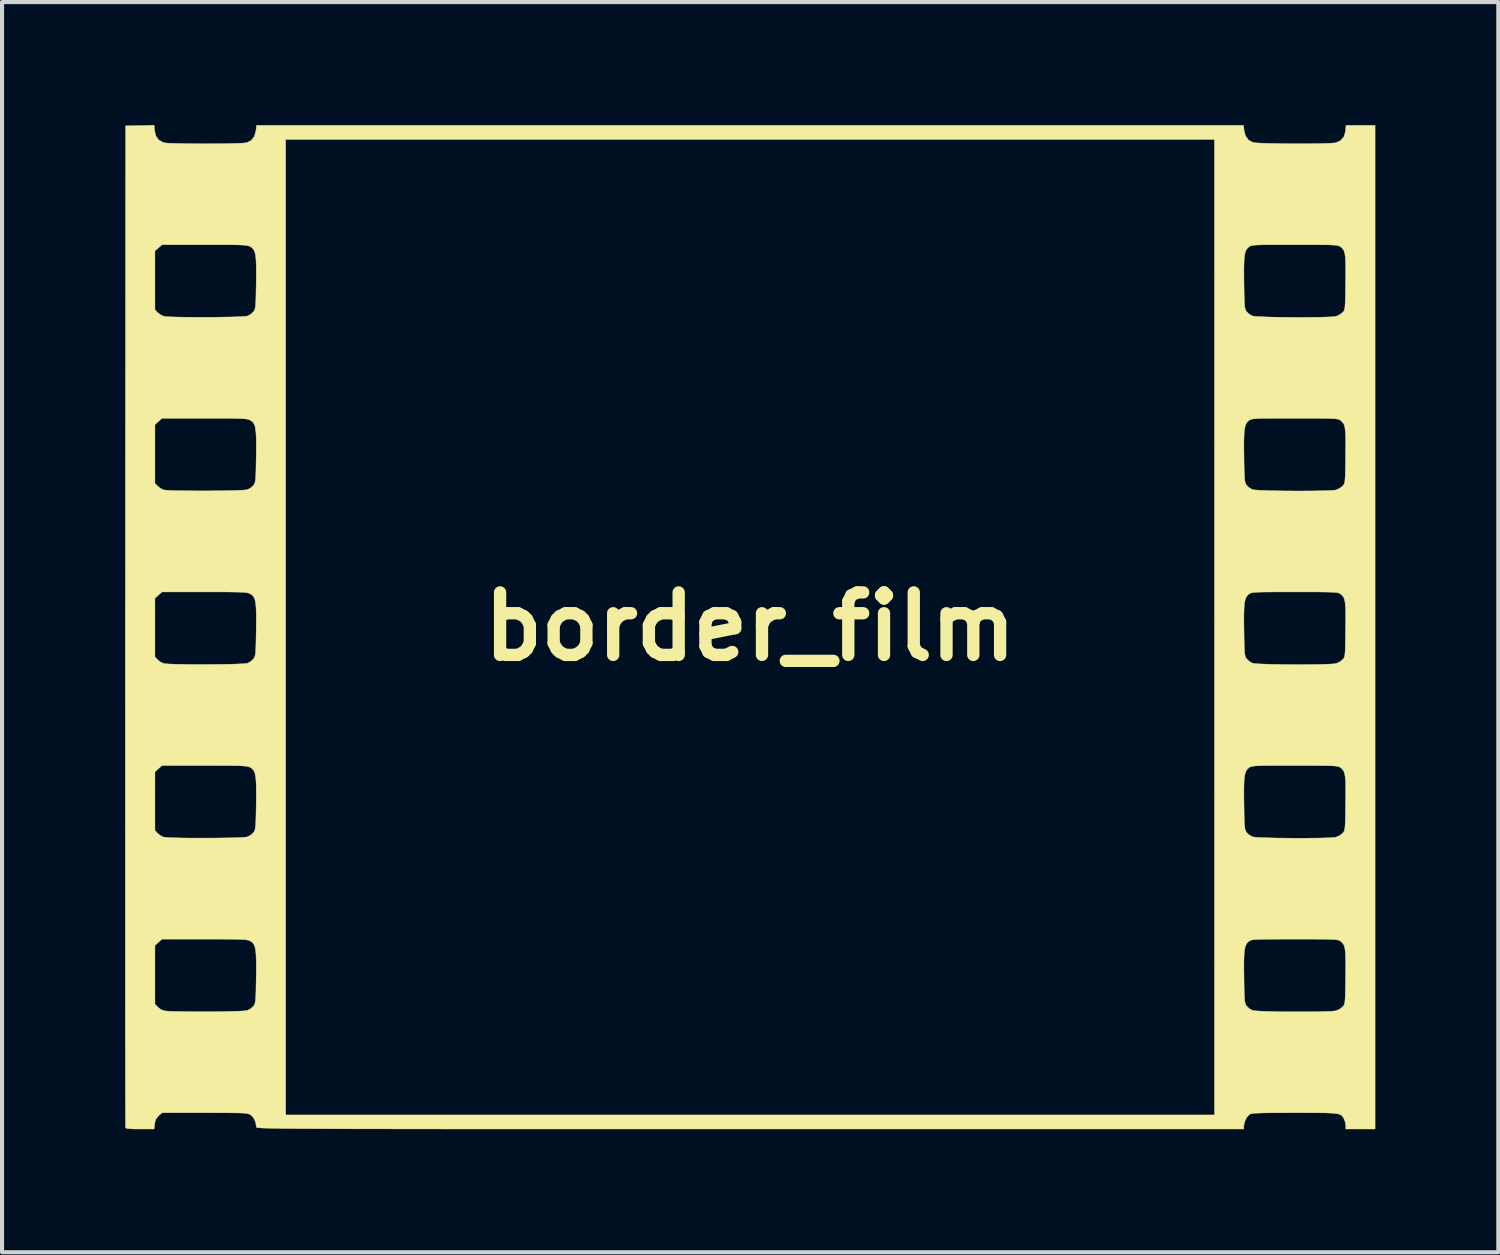
<source format=kicad_pcb>
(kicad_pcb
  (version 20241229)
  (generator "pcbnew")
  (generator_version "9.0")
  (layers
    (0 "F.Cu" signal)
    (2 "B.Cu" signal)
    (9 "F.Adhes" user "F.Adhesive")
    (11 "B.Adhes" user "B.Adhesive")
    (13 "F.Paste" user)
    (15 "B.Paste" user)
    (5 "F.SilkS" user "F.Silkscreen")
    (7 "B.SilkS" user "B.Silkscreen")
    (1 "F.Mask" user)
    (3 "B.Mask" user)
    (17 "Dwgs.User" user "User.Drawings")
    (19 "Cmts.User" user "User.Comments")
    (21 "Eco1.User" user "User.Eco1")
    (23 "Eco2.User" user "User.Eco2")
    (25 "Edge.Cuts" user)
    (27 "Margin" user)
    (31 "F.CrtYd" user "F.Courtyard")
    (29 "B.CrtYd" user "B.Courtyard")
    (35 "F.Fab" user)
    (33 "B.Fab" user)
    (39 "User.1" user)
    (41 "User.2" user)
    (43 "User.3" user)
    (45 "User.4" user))
  (footprint "border_film"
    (layer "F.Cu")
    (at 15.24 12.23)
    (property "Reference" "border_film" (at 0 0 0) (layer "F.SilkS") (effects (font (size 1.524 1.524) (thickness 0.3))))
    (attr through_hole)
    (fp_poly (pts (xy -14.52 -12.091) (xy -14.487 -11.96) (xy -14.417 -11.865) (xy -14.309 -11.806) (xy -14.289 -11.801) (xy -14.236 -11.793) (xy -14.138 -11.787) (xy -14.002 -11.782) (xy -13.837 -11.779) (xy -13.65 -11.776) (xy -13.448 -11.775) (xy -13.241 -11.774) (xy -13.035 -11.775) (xy -12.838 -11.777) (xy -12.658 -11.781) (xy -12.503 -11.785) (xy -12.381 -11.79) (xy -12.298 -11.797) (xy -12.271 -11.801) (xy -12.163 -11.856) (xy -12.145 -11.88) (xy -11.324 -11.88) (xy -11.324 11.906) (xy 11.324 11.906) (xy 11.324 8.31) (xy 12.041 8.31) (xy 12.043 8.534) (xy 12.043 8.551) (xy 12.046 8.75) (xy 12.049 8.903) (xy 12.054 9.018) (xy 12.059 9.101) (xy 12.067 9.159) (xy 12.078 9.199) (xy 12.092 9.229) (xy 12.107 9.252) (xy 12.172 9.314) (xy 12.252 9.358) (xy 12.253 9.358) (xy 12.303 9.366) (xy 12.398 9.373) (xy 12.531 9.379) (xy 12.694 9.384) (xy 12.879 9.388) (xy 13.08 9.391) (xy 13.287 9.392) (xy 13.493 9.392) (xy 13.692 9.391) (xy 13.875 9.388) (xy 14.034 9.384) (xy 14.162 9.379) (xy 14.252 9.372) (xy 14.289 9.366) (xy 14.374 9.328) (xy 14.446 9.273) (xy 14.448 9.272) (xy 14.468 9.249) (xy 14.483 9.226) (xy 14.495 9.194) (xy 14.503 9.147) (xy 14.509 9.079) (xy 14.513 8.982) (xy 14.516 8.85) (xy 14.519 8.676) (xy 14.52 8.539) (xy 14.522 8.316) (xy 14.522 8.14) (xy 14.519 8.003) (xy 14.511 7.899) (xy 14.499 7.823) (xy 14.481 7.767) (xy 14.455 7.725) (xy 14.422 7.691) (xy 14.399 7.672) (xy 14.381 7.659) (xy 14.358 7.648) (xy 14.325 7.64) (xy 14.278 7.633) (xy 14.211 7.628) (xy 14.119 7.625) (xy 13.996 7.622) (xy 13.839 7.621) (xy 13.641 7.62) (xy 13.397 7.62) (xy 13.282 7.62) (xy 13.018 7.62) (xy 12.802 7.621) (xy 12.629 7.622) (xy 12.493 7.623) (xy 12.389 7.626) (xy 12.313 7.631) (xy 12.258 7.636) (xy 12.22 7.644) (xy 12.193 7.654) (xy 12.173 7.666) (xy 12.162 7.674) (xy 12.124 7.709) (xy 12.095 7.752) (xy 12.073 7.81) (xy 12.057 7.888) (xy 12.047 7.993) (xy 12.042 8.131) (xy 12.041 8.31) (xy 11.324 8.31) (xy 11.324 4.076) (xy 12.041 4.076) (xy 12.043 4.301) (xy 12.043 4.317) (xy 12.046 4.517) (xy 12.049 4.67) (xy 12.054 4.784) (xy 12.059 4.867) (xy 12.067 4.925) (xy 12.078 4.966) (xy 12.092 4.996) (xy 12.107 5.019) (xy 12.172 5.08) (xy 12.252 5.125) (xy 12.253 5.125) (xy 12.303 5.133) (xy 12.398 5.14) (xy 12.531 5.146) (xy 12.694 5.151) (xy 12.879 5.155) (xy 13.08 5.157) (xy 13.287 5.159) (xy 13.493 5.159) (xy 13.692 5.157) (xy 13.875 5.155) (xy 14.034 5.151) (xy 14.162 5.146) (xy 14.252 5.139) (xy 14.289 5.133) (xy 14.374 5.095) (xy 14.446 5.04) (xy 14.448 5.038) (xy 14.468 5.016) (xy 14.483 4.993) (xy 14.495 4.961) (xy 14.503 4.914) (xy 14.509 4.845) (xy 14.513 4.749) (xy 14.516 4.617) (xy 14.519 4.443) (xy 14.52 4.306) (xy 14.522 4.083) (xy 14.522 3.906) (xy 14.519 3.769) (xy 14.511 3.666) (xy 14.499 3.59) (xy 14.481 3.534) (xy 14.455 3.492) (xy 14.422 3.458) (xy 14.399 3.439) (xy 14.381 3.426) (xy 14.358 3.415) (xy 14.325 3.406) (xy 14.278 3.4) (xy 14.211 3.395) (xy 14.119 3.391) (xy 13.996 3.389) (xy 13.839 3.388) (xy 13.641 3.387) (xy 13.397 3.387) (xy 13.282 3.387) (xy 13.018 3.387) (xy 12.802 3.387) (xy 12.629 3.388) (xy 12.493 3.39) (xy 12.389 3.393) (xy 12.313 3.397) (xy 12.258 3.403) (xy 12.22 3.411) (xy 12.193 3.421) (xy 12.173 3.433) (xy 12.162 3.441) (xy 12.124 3.476) (xy 12.095 3.519) (xy 12.073 3.576) (xy 12.057 3.654) (xy 12.047 3.76) (xy 12.042 3.898) (xy 12.041 4.076) (xy 11.324 4.076) (xy 11.324 -0.157) (xy 12.041 -0.157) (xy 12.043 0.067) (xy 12.043 0.084) (xy 12.046 0.283) (xy 12.049 0.437) (xy 12.054 0.551) (xy 12.059 0.634) (xy 12.067 0.692) (xy 12.078 0.733) (xy 12.092 0.763) (xy 12.107 0.785) (xy 12.172 0.847) (xy 12.252 0.891) (xy 12.253 0.891) (xy 12.303 0.9) (xy 12.398 0.907) (xy 12.531 0.913) (xy 12.694 0.918) (xy 12.879 0.921) (xy 13.08 0.924) (xy 13.287 0.925) (xy 13.493 0.925) (xy 13.692 0.924) (xy 13.875 0.921) (xy 14.034 0.917) (xy 14.162 0.912) (xy 14.252 0.905) (xy 14.289 0.899) (xy 14.374 0.862) (xy 14.446 0.807) (xy 14.448 0.805) (xy 14.468 0.783) (xy 14.483 0.759) (xy 14.495 0.727) (xy 14.503 0.681) (xy 14.509 0.612) (xy 14.513 0.515) (xy 14.516 0.383) (xy 14.519 0.209) (xy 14.52 0.073) (xy 14.522 -0.15) (xy 14.522 -0.327) (xy 14.519 -0.464) (xy 14.511 -0.567) (xy 14.499 -0.644) (xy 14.481 -0.699) (xy 14.455 -0.741) (xy 14.422 -0.776) (xy 14.399 -0.795) (xy 14.381 -0.808) (xy 14.358 -0.818) (xy 14.325 -0.827) (xy 14.278 -0.834) (xy 14.211 -0.838) (xy 14.119 -0.842) (xy 13.996 -0.844) (xy 13.839 -0.846) (xy 13.641 -0.846) (xy 13.397 -0.847) (xy 13.282 -0.847) (xy 13.018 -0.847) (xy 12.802 -0.846) (xy 12.629 -0.845) (xy 12.493 -0.843) (xy 12.389 -0.84) (xy 12.313 -0.836) (xy 12.258 -0.83) (xy 12.22 -0.823) (xy 12.193 -0.813) (xy 12.173 -0.801) (xy 12.162 -0.792) (xy 12.124 -0.757) (xy 12.095 -0.714) (xy 12.073 -0.657) (xy 12.057 -0.579) (xy 12.047 -0.474) (xy 12.042 -0.335) (xy 12.041 -0.157) (xy 11.324 -0.157) (xy 11.324 -4.39) (xy 12.041 -4.39) (xy 12.043 -4.166) (xy 12.043 -4.149) (xy 12.046 -3.95) (xy 12.049 -3.797) (xy 12.054 -3.682) (xy 12.059 -3.599) (xy 12.067 -3.541) (xy 12.078 -3.501) (xy 12.092 -3.471) (xy 12.107 -3.448) (xy 12.172 -3.386) (xy 12.252 -3.342) (xy 12.253 -3.342) (xy 12.303 -3.334) (xy 12.398 -3.327) (xy 12.531 -3.321) (xy 12.694 -3.316) (xy 12.879 -3.312) (xy 13.08 -3.309) (xy 13.287 -3.308) (xy 13.493 -3.308) (xy 13.692 -3.309) (xy 13.875 -3.312) (xy 14.034 -3.316) (xy 14.162 -3.321) (xy 14.252 -3.328) (xy 14.289 -3.334) (xy 14.374 -3.372) (xy 14.446 -3.427) (xy 14.448 -3.428) (xy 14.468 -3.451) (xy 14.483 -3.474) (xy 14.495 -3.506) (xy 14.503 -3.553) (xy 14.509 -3.621) (xy 14.513 -3.718) (xy 14.516 -3.85) (xy 14.519 -4.024) (xy 14.52 -4.161) (xy 14.522 -4.384) (xy 14.522 -4.56) (xy 14.519 -4.697) (xy 14.511 -4.801) (xy 14.499 -4.877) (xy 14.481 -4.933) (xy 14.455 -4.975) (xy 14.422 -5.009) (xy 14.399 -5.028) (xy 14.381 -5.041) (xy 14.358 -5.052) (xy 14.325 -5.06) (xy 14.278 -5.067) (xy 14.211 -5.072) (xy 14.119 -5.075) (xy 13.996 -5.078) (xy 13.839 -5.079) (xy 13.641 -5.08) (xy 13.397 -5.08) (xy 13.282 -5.08) (xy 13.018 -5.08) (xy 12.802 -5.079) (xy 12.629 -5.078) (xy 12.493 -5.077) (xy 12.389 -5.074) (xy 12.313 -5.069) (xy 12.258 -5.064) (xy 12.22 -5.056) (xy 12.193 -5.046) (xy 12.173 -5.034) (xy 12.162 -5.026) (xy 12.124 -4.991) (xy 12.095 -4.948) (xy 12.073 -4.89) (xy 12.057 -4.812) (xy 12.047 -4.707) (xy 12.042 -4.569) (xy 12.041 -4.39) (xy 11.324 -4.39) (xy 11.324 -8.624) (xy 12.041 -8.624) (xy 12.043 -8.399) (xy 12.043 -8.383) (xy 12.046 -8.183) (xy 12.049 -8.03) (xy 12.054 -7.916) (xy 12.059 -7.833) (xy 12.067 -7.775) (xy 12.078 -7.734) (xy 12.092 -7.704) (xy 12.107 -7.681) (xy 12.172 -7.62) (xy 12.252 -7.575) (xy 12.253 -7.575) (xy 12.303 -7.567) (xy 12.398 -7.56) (xy 12.531 -7.554) (xy 12.694 -7.549) (xy 12.879 -7.545) (xy 13.08 -7.543) (xy 13.287 -7.541) (xy 13.493 -7.541) (xy 13.692 -7.543) (xy 13.875 -7.545) (xy 14.034 -7.549) (xy 14.162 -7.554) (xy 14.252 -7.561) (xy 14.289 -7.567) (xy 14.374 -7.605) (xy 14.446 -7.66) (xy 14.448 -7.662) (xy 14.468 -7.684) (xy 14.483 -7.707) (xy 14.495 -7.739) (xy 14.503 -7.786) (xy 14.509 -7.855) (xy 14.513 -7.951) (xy 14.516 -8.083) (xy 14.519 -8.257) (xy 14.52 -8.394) (xy 14.522 -8.617) (xy 14.522 -8.794) (xy 14.519 -8.931) (xy 14.511 -9.034) (xy 14.499 -9.11) (xy 14.481 -9.166) (xy 14.455 -9.208) (xy 14.422 -9.242) (xy 14.399 -9.261) (xy 14.381 -9.274) (xy 14.358 -9.285) (xy 14.325 -9.294) (xy 14.278 -9.3) (xy 14.211 -9.305) (xy 14.119 -9.309) (xy 13.996 -9.311) (xy 13.839 -9.312) (xy 13.641 -9.313) (xy 13.397 -9.313) (xy 13.282 -9.313) (xy 13.018 -9.313) (xy 12.802 -9.313) (xy 12.629 -9.312) (xy 12.493 -9.31) (xy 12.389 -9.307) (xy 12.313 -9.303) (xy 12.258 -9.297) (xy 12.22 -9.289) (xy 12.193 -9.279) (xy 12.173 -9.267) (xy 12.162 -9.259) (xy 12.124 -9.224) (xy 12.095 -9.181) (xy 12.073 -9.124) (xy 12.057 -9.046) (xy 12.047 -8.94) (xy 12.042 -8.802) (xy 12.041 -8.624) (xy 11.324 -8.624) (xy 11.324 -11.88) (xy -11.324 -11.88) (xy -12.145 -11.88) (xy -12.09 -11.951) (xy -12.05 -12.085) (xy -12.049 -12.094) (xy -12.032 -12.224) (xy 12.032 -12.224) (xy 12.045 -12.102) (xy 12.081 -11.966) (xy 12.154 -11.866) (xy 12.253 -11.809) (xy 12.303 -11.8) (xy 12.398 -11.793) (xy 12.531 -11.787) (xy 12.694 -11.782) (xy 12.879 -11.779) (xy 13.08 -11.776) (xy 13.287 -11.775) (xy 13.493 -11.775) (xy 13.692 -11.776) (xy 13.875 -11.779) (xy 14.034 -11.783) (xy 14.162 -11.788) (xy 14.252 -11.795) (xy 14.289 -11.801) (xy 14.404 -11.855) (xy 14.479 -11.944) (xy 14.517 -12.07) (xy 14.52 -12.091) (xy 14.532 -12.224) (xy 15.24 -12.224) (xy 15.24 12.25) (xy 14.526 12.25) (xy 14.526 12.17) (xy 14.513 12.086) (xy 14.486 12.012) (xy 14.466 11.974) (xy 14.446 11.942) (xy 14.42 11.916) (xy 14.385 11.896) (xy 14.335 11.881) (xy 14.264 11.87) (xy 14.168 11.862) (xy 14.042 11.857) (xy 13.881 11.855) (xy 13.68 11.854) (xy 13.434 11.853) (xy 13.282 11.853) (xy 13.016 11.854) (xy 12.797 11.854) (xy 12.621 11.856) (xy 12.483 11.858) (xy 12.378 11.862) (xy 12.3 11.866) (xy 12.245 11.873) (xy 12.208 11.881) (xy 12.183 11.891) (xy 12.174 11.896) (xy 12.111 11.965) (xy 12.063 12.063) (xy 12.039 12.166) (xy 12.039 12.183) (xy 12.039 12.25) (xy 0 12.25) (xy -0.953 12.25) (xy -1.854 12.25) (xy -2.705 12.25) (xy -3.507 12.25) (xy -4.262 12.25) (xy -4.972 12.25) (xy -5.637 12.25) (xy -6.259 12.249) (xy -6.84 12.249) (xy -7.38 12.249) (xy -7.882 12.248) (xy -8.347 12.248) (xy -8.776 12.247) (xy -9.17 12.247) (xy -9.532 12.246) (xy -9.862 12.245) (xy -10.161 12.244) (xy -10.433 12.243) (xy -10.677 12.242) (xy -10.895 12.241) (xy -11.089 12.239) (xy -11.259 12.238) (xy -11.409 12.236) (xy -11.538 12.234) (xy -11.648 12.232) (xy -11.741 12.23) (xy -11.819 12.228) (xy -11.882 12.226) (xy -11.932 12.223) (xy -11.97 12.221) (xy -11.998 12.218) (xy -12.018 12.215) (xy -12.03 12.211) (xy -12.037 12.208) (xy -12.039 12.204) (xy -12.039 12.204) (xy -12.057 12.083) (xy -12.106 11.977) (xy -12.178 11.905) (xy -12.179 11.905) (xy -12.203 11.892) (xy -12.231 11.881) (xy -12.268 11.873) (xy -12.321 11.866) (xy -12.393 11.861) (xy -12.491 11.858) (xy -12.619 11.856) (xy -12.783 11.854) (xy -12.989 11.854) (xy -13.241 11.853) (xy -13.302 11.853) (xy -14.34 11.853) (xy -14.422 11.927) (xy -14.481 11.996) (xy -14.511 12.079) (xy -14.518 12.125) (xy -14.533 12.25) (xy -14.874 12.25) (xy -15.028 12.249) (xy -15.134 12.243) (xy -15.198 12.234) (xy -15.226 12.22) (xy -15.228 12.217) (xy -15.229 12.189) (xy -15.229 12.109) (xy -15.23 11.98) (xy -15.231 11.803) (xy -15.231 11.579) (xy -15.232 11.311) (xy -15.233 11) (xy -15.233 10.648) (xy -15.233 10.255) (xy -15.234 9.825) (xy -15.234 9.359) (xy -15.235 8.858) (xy -15.235 8.324) (xy -15.235 7.774) (xy -14.512 7.774) (xy -14.512 9.203) (xy -14.448 9.272) (xy -14.379 9.327) (xy -14.303 9.364) (xy -14.302 9.364) (xy -14.25 9.372) (xy -14.153 9.378) (xy -14.018 9.383) (xy -13.854 9.386) (xy -13.668 9.388) (xy -13.468 9.389) (xy -13.26 9.389) (xy -13.054 9.388) (xy -12.855 9.386) (xy -12.673 9.382) (xy -12.513 9.378) (xy -12.385 9.372) (xy -12.295 9.365) (xy -12.253 9.358) (xy -12.173 9.314) (xy -12.108 9.253) (xy -12.107 9.252) (xy -12.089 9.225) (xy -12.076 9.194) (xy -12.066 9.151) (xy -12.058 9.089) (xy -12.053 9.001) (xy -12.049 8.88) (xy -12.046 8.718) (xy -12.043 8.56) (xy -12.041 8.329) (xy -12.042 8.146) (xy -12.047 8.002) (xy -12.057 7.893) (xy -12.073 7.813) (xy -12.096 7.755) (xy -12.126 7.712) (xy -12.166 7.68) (xy -12.179 7.672) (xy -12.203 7.659) (xy -12.231 7.648) (xy -12.268 7.64) (xy -12.32 7.633) (xy -12.392 7.628) (xy -12.489 7.625) (xy -12.617 7.622) (xy -12.781 7.621) (xy -12.986 7.62) (xy -13.237 7.62) (xy -13.302 7.62) (xy -14.34 7.62) (xy -14.426 7.697) (xy -14.512 7.774) (xy -15.235 7.774) (xy -15.235 7.758) (xy -15.235 7.163) (xy -15.235 6.539) (xy -15.235 5.889) (xy -15.235 5.215) (xy -15.235 4.517) (xy -15.235 3.798) (xy -15.235 3.541) (xy -14.512 3.541) (xy -14.512 4.97) (xy -14.448 5.039) (xy -14.379 5.094) (xy -14.303 5.131) (xy -14.302 5.131) (xy -14.25 5.138) (xy -14.153 5.145) (xy -14.018 5.149) (xy -13.854 5.153) (xy -13.668 5.155) (xy -13.468 5.156) (xy -13.26 5.156) (xy -13.054 5.155) (xy -12.855 5.152) (xy -12.673 5.149) (xy -12.513 5.144) (xy -12.385 5.139) (xy -12.295 5.132) (xy -12.253 5.125) (xy -12.173 5.081) (xy -12.108 5.019) (xy -12.107 5.019) (xy -12.089 4.992) (xy -12.076 4.96) (xy -12.066 4.917) (xy -12.058 4.855) (xy -12.053 4.767) (xy -12.049 4.646) (xy -12.046 4.485) (xy -12.043 4.327) (xy -12.041 4.096) (xy -12.042 3.912) (xy -12.047 3.769) (xy -12.057 3.66) (xy -12.073 3.58) (xy -12.096 3.521) (xy -12.126 3.479) (xy -12.166 3.447) (xy -12.179 3.438) (xy -12.203 3.425) (xy -12.231 3.415) (xy -12.268 3.406) (xy -12.32 3.4) (xy -12.392 3.395) (xy -12.489 3.391) (xy -12.617 3.389) (xy -12.781 3.388) (xy -12.986 3.387) (xy -13.237 3.387) (xy -13.302 3.387) (xy -14.34 3.387) (xy -14.426 3.464) (xy -14.512 3.541) (xy -15.235 3.541) (xy -15.235 3.059) (xy -15.235 2.302) (xy -15.234 1.528) (xy -15.234 0.74) (xy -15.234 -0.013) (xy -15.233 -0.692) (xy -14.512 -0.692) (xy -14.512 0.737) (xy -14.448 0.805) (xy -14.379 0.861) (xy -14.303 0.898) (xy -14.302 0.898) (xy -14.25 0.905) (xy -14.153 0.911) (xy -14.018 0.916) (xy -13.854 0.919) (xy -13.668 0.922) (xy -13.468 0.923) (xy -13.26 0.923) (xy -13.054 0.921) (xy -12.855 0.919) (xy -12.673 0.916) (xy -12.513 0.911) (xy -12.385 0.905) (xy -12.295 0.898) (xy -12.253 0.891) (xy -12.173 0.848) (xy -12.108 0.786) (xy -12.107 0.785) (xy -12.089 0.758) (xy -12.076 0.727) (xy -12.066 0.684) (xy -12.058 0.622) (xy -12.053 0.534) (xy -12.049 0.413) (xy -12.046 0.252) (xy -12.043 0.093) (xy -12.041 -0.137) (xy -12.042 -0.321) (xy -12.047 -0.464) (xy -12.057 -0.573) (xy -12.073 -0.654) (xy -12.096 -0.712) (xy -12.126 -0.754) (xy -12.166 -0.786) (xy -12.179 -0.795) (xy -12.203 -0.808) (xy -12.231 -0.819) (xy -12.268 -0.827) (xy -12.32 -0.834) (xy -12.392 -0.839) (xy -12.489 -0.842) (xy -12.617 -0.844) (xy -12.781 -0.846) (xy -12.986 -0.846) (xy -13.237 -0.847) (xy -13.302 -0.847) (xy -14.34 -0.847) (xy -14.426 -0.769) (xy -14.512 -0.692) (xy -15.233 -0.692) (xy -15.231 -4.926) (xy -14.512 -4.926) (xy -14.512 -3.497) (xy -14.448 -3.428) (xy -14.379 -3.373) (xy -14.303 -3.336) (xy -14.302 -3.336) (xy -14.25 -3.328) (xy -14.153 -3.322) (xy -14.018 -3.317) (xy -13.854 -3.314) (xy -13.668 -3.312) (xy -13.468 -3.311) (xy -13.26 -3.311) (xy -13.054 -3.312) (xy -12.855 -3.314) (xy -12.673 -3.318) (xy -12.513 -3.322) (xy -12.385 -3.328) (xy -12.295 -3.335) (xy -12.253 -3.342) (xy -12.173 -3.386) (xy -12.108 -3.447) (xy -12.107 -3.448) (xy -12.089 -3.475) (xy -12.076 -3.506) (xy -12.066 -3.549) (xy -12.058 -3.611) (xy -12.053 -3.699) (xy -12.049 -3.82) (xy -12.046 -3.982) (xy -12.043 -4.14) (xy -12.041 -4.371) (xy -12.042 -4.554) (xy -12.047 -4.698) (xy -12.057 -4.807) (xy -12.073 -4.887) (xy -12.096 -4.945) (xy -12.126 -4.988) (xy -12.166 -5.02) (xy -12.179 -5.028) (xy -12.203 -5.041) (xy -12.231 -5.052) (xy -12.268 -5.06) (xy -12.32 -5.067) (xy -12.392 -5.072) (xy -12.489 -5.075) (xy -12.617 -5.078) (xy -12.781 -5.079) (xy -12.986 -5.08) (xy -13.237 -5.08) (xy -13.302 -5.08) (xy -14.34 -5.08) (xy -14.426 -5.003) (xy -14.512 -4.926) (xy -15.231 -4.926) (xy -15.228 -9.159) (xy -14.512 -9.159) (xy -14.512 -7.73) (xy -14.448 -7.661) (xy -14.379 -7.606) (xy -14.303 -7.569) (xy -14.302 -7.569) (xy -14.25 -7.562) (xy -14.153 -7.555) (xy -14.018 -7.551) (xy -13.854 -7.547) (xy -13.668 -7.545) (xy -13.468 -7.544) (xy -13.26 -7.544) (xy -13.054 -7.545) (xy -12.855 -7.548) (xy -12.673 -7.551) (xy -12.513 -7.556) (xy -12.385 -7.561) (xy -12.295 -7.568) (xy -12.253 -7.575) (xy -12.173 -7.619) (xy -12.108 -7.681) (xy -12.107 -7.681) (xy -12.089 -7.708) (xy -12.076 -7.74) (xy -12.066 -7.783) (xy -12.058 -7.845) (xy -12.053 -7.933) (xy -12.049 -8.054) (xy -12.046 -8.215) (xy -12.043 -8.373) (xy -12.041 -8.604) (xy -12.042 -8.788) (xy -12.047 -8.931) (xy -12.057 -9.04) (xy -12.073 -9.12) (xy -12.096 -9.179) (xy -12.126 -9.221) (xy -12.166 -9.253) (xy -12.179 -9.262) (xy -12.203 -9.275) (xy -12.231 -9.285) (xy -12.268 -9.294) (xy -12.32 -9.3) (xy -12.392 -9.305) (xy -12.489 -9.309) (xy -12.617 -9.311) (xy -12.781 -9.312) (xy -12.986 -9.313) (xy -13.237 -9.313) (xy -13.302 -9.313) (xy -14.34 -9.313) (xy -14.426 -9.236) (xy -14.512 -9.159) (xy -15.228 -9.159) (xy -15.227 -12.211) (xy -14.88 -12.218) (xy -14.533 -12.225) (xy -14.52 -12.091)) (stroke (width 0.01) (type solid)) (fill yes) (layer "F.SilkS")))
  (gr_rect
    (start -3 -3)
    (end 33.485 27.485)
    (stroke (width 0.1) (type default))
    (fill no)
    (layer "Edge.Cuts")))
</source>
